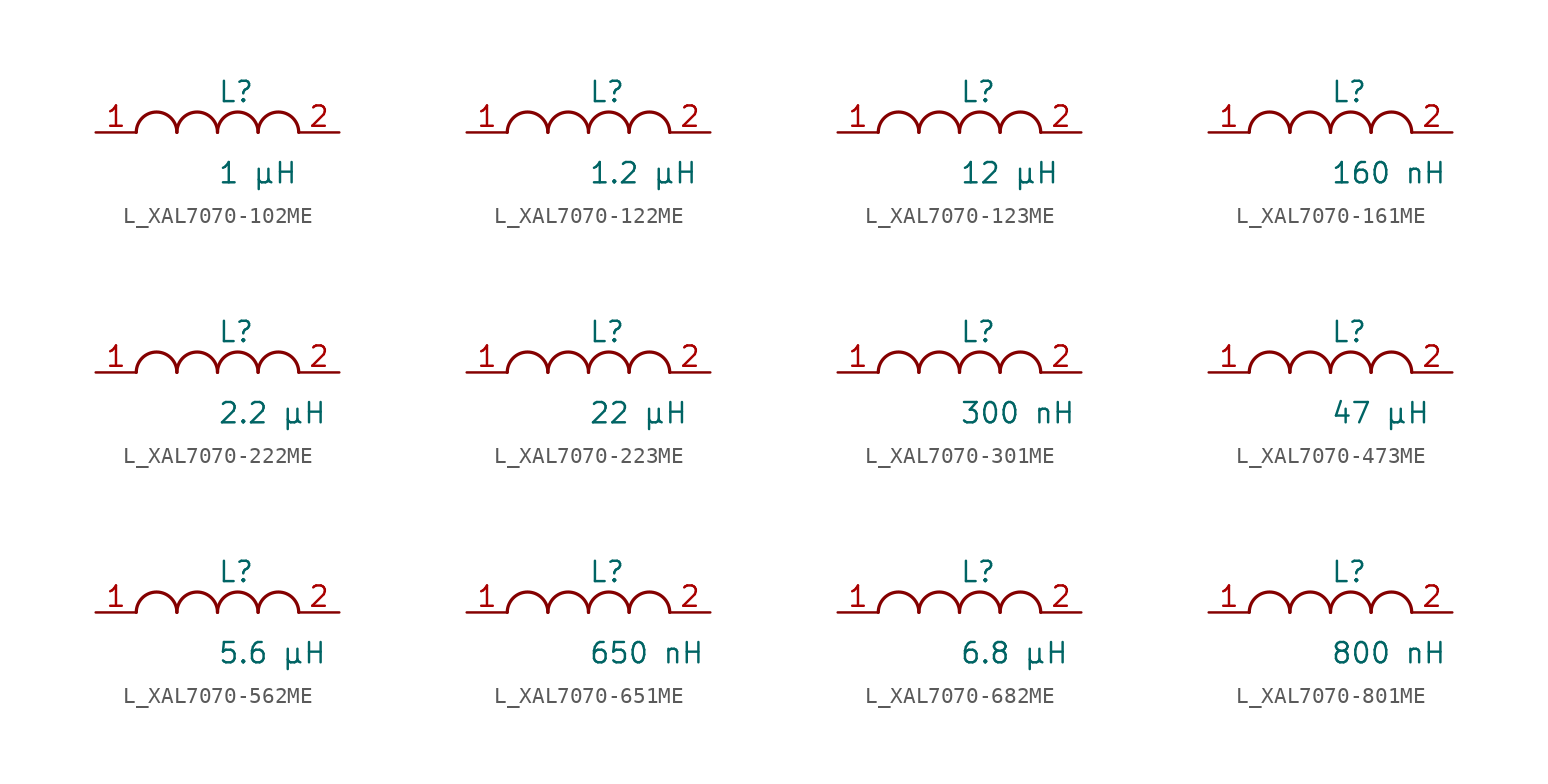
<source format=kicad_sym>
(kicad_symbol_lib
  (version 20231120)
  (generator "kicad_symbol_editor")
  (generator_version "8.0")
  (symbol "L_XAL7070-102ME"
    (pin_names
      (offset 0.254))
    (property "Value" "1 µH"
      (at 0 -2.54 0)
      (effects (font (size 1.27 1.27)) (justify left)))
    (property "Reference" "L"
      (at 0 2.54 0)
      (effects (font (size 1.27 1.27)) (justify left)))
    (symbol "L_XAL7070-102ME_1_1"
      (arc (start -2.54 0.0056) (mid -3.81 1.27) (end -5.08 0.0056) (stroke (width 0.2032) (type default)) (fill (type none)))
      (arc (start 0 0.0056) (mid -1.27 1.27) (end -2.54 0.0056) (stroke (width 0.2032) (type default)) (fill (type none)))
      (arc (start 2.54 0.0056) (mid 1.27 1.27) (end 0 0.0056) (stroke (width 0.2032) (type default)) (fill (type none)))
      (arc (start 5.08 0.0056) (mid 3.81 1.27) (end 2.54 0.0056) (stroke (width 0.2032) (type default)) (fill (type none)))
      (pin unspecified line (at -7.62 0 0) (length 2.54) (name "" (effects (font (size 1.27 1.27)))) (number "1" (effects (font (size 1.27 1.27)))))
      (pin unspecified line (at 7.62 0 180) (length 2.54) (name "" (effects (font (size 1.27 1.27)))) (number "2" (effects (font (size 1.27 1.27)))))))
  (symbol "L_XAL7070-122ME"
    (pin_names
      (offset 0.254))
    (property "Value" "1.2 µH"
      (at 0 -2.54 0)
      (effects (font (size 1.27 1.27)) (justify left)))
    (property "Reference" "L"
      (at 0 2.54 0)
      (effects (font (size 1.27 1.27)) (justify left)))
    (symbol "L_XAL7070-122ME_1_1"
      (arc (start -2.54 0.0056) (mid -3.81 1.27) (end -5.08 0.0056) (stroke (width 0.2032) (type default)) (fill (type none)))
      (arc (start 0 0.0056) (mid -1.27 1.27) (end -2.54 0.0056) (stroke (width 0.2032) (type default)) (fill (type none)))
      (arc (start 2.54 0.0056) (mid 1.27 1.27) (end 0 0.0056) (stroke (width 0.2032) (type default)) (fill (type none)))
      (arc (start 5.08 0.0056) (mid 3.81 1.27) (end 2.54 0.0056) (stroke (width 0.2032) (type default)) (fill (type none)))
      (pin unspecified line (at -7.62 0 0) (length 2.54) (name "" (effects (font (size 1.27 1.27)))) (number "1" (effects (font (size 1.27 1.27)))))
      (pin unspecified line (at 7.62 0 180) (length 2.54) (name "" (effects (font (size 1.27 1.27)))) (number "2" (effects (font (size 1.27 1.27)))))))
  (symbol "L_XAL7070-123ME"
    (pin_names
      (offset 0.254))
    (property "Value" "12 µH"
      (at 0 -2.54 0)
      (effects (font (size 1.27 1.27)) (justify left)))
    (property "Reference" "L"
      (at 0 2.54 0)
      (effects (font (size 1.27 1.27)) (justify left)))
    (symbol "L_XAL7070-123ME_1_1"
      (arc (start -2.54 0.0056) (mid -3.81 1.27) (end -5.08 0.0056) (stroke (width 0.2032) (type default)) (fill (type none)))
      (arc (start 0 0.0056) (mid -1.27 1.27) (end -2.54 0.0056) (stroke (width 0.2032) (type default)) (fill (type none)))
      (arc (start 2.54 0.0056) (mid 1.27 1.27) (end 0 0.0056) (stroke (width 0.2032) (type default)) (fill (type none)))
      (arc (start 5.08 0.0056) (mid 3.81 1.27) (end 2.54 0.0056) (stroke (width 0.2032) (type default)) (fill (type none)))
      (pin unspecified line (at -7.62 0 0) (length 2.54) (name "" (effects (font (size 1.27 1.27)))) (number "1" (effects (font (size 1.27 1.27)))))
      (pin unspecified line (at 7.62 0 180) (length 2.54) (name "" (effects (font (size 1.27 1.27)))) (number "2" (effects (font (size 1.27 1.27)))))))
  (symbol "L_XAL7070-161ME"
    (pin_names
      (offset 0.254))
    (property "Value" "160 nH"
      (at 0 -2.54 0)
      (effects (font (size 1.27 1.27)) (justify left)))
    (property "Reference" "L"
      (at 0 2.54 0)
      (effects (font (size 1.27 1.27)) (justify left)))
    (symbol "L_XAL7070-161ME_1_1"
      (arc (start -2.54 0.0056) (mid -3.81 1.27) (end -5.08 0.0056) (stroke (width 0.2032) (type default)) (fill (type none)))
      (arc (start 0 0.0056) (mid -1.27 1.27) (end -2.54 0.0056) (stroke (width 0.2032) (type default)) (fill (type none)))
      (arc (start 2.54 0.0056) (mid 1.27 1.27) (end 0 0.0056) (stroke (width 0.2032) (type default)) (fill (type none)))
      (arc (start 5.08 0.0056) (mid 3.81 1.27) (end 2.54 0.0056) (stroke (width 0.2032) (type default)) (fill (type none)))
      (pin unspecified line (at -7.62 0 0) (length 2.54) (name "" (effects (font (size 1.27 1.27)))) (number "1" (effects (font (size 1.27 1.27)))))
      (pin unspecified line (at 7.62 0 180) (length 2.54) (name "" (effects (font (size 1.27 1.27)))) (number "2" (effects (font (size 1.27 1.27)))))))
  (symbol "L_XAL7070-222ME"
    (pin_names
      (offset 0.254))
    (property "Value" "2.2 µH"
      (at 0 -2.54 0)
      (effects (font (size 1.27 1.27)) (justify left)))
    (property "Reference" "L"
      (at 0 2.54 0)
      (effects (font (size 1.27 1.27)) (justify left)))
    (symbol "L_XAL7070-222ME_1_1"
      (arc (start -2.54 0.0056) (mid -3.81 1.27) (end -5.08 0.0056) (stroke (width 0.2032) (type default)) (fill (type none)))
      (arc (start 0 0.0056) (mid -1.27 1.27) (end -2.54 0.0056) (stroke (width 0.2032) (type default)) (fill (type none)))
      (arc (start 2.54 0.0056) (mid 1.27 1.27) (end 0 0.0056) (stroke (width 0.2032) (type default)) (fill (type none)))
      (arc (start 5.08 0.0056) (mid 3.81 1.27) (end 2.54 0.0056) (stroke (width 0.2032) (type default)) (fill (type none)))
      (pin unspecified line (at -7.62 0 0) (length 2.54) (name "" (effects (font (size 1.27 1.27)))) (number "1" (effects (font (size 1.27 1.27)))))
      (pin unspecified line (at 7.62 0 180) (length 2.54) (name "" (effects (font (size 1.27 1.27)))) (number "2" (effects (font (size 1.27 1.27)))))))
  (symbol "L_XAL7070-223ME"
    (pin_names
      (offset 0.254))
    (property "Value" "22 µH"
      (at 0 -2.54 0)
      (effects (font (size 1.27 1.27)) (justify left)))
    (property "Reference" "L"
      (at 0 2.54 0)
      (effects (font (size 1.27 1.27)) (justify left)))
    (symbol "L_XAL7070-223ME_1_1"
      (arc (start -2.54 0.0056) (mid -3.81 1.27) (end -5.08 0.0056) (stroke (width 0.2032) (type default)) (fill (type none)))
      (arc (start 0 0.0056) (mid -1.27 1.27) (end -2.54 0.0056) (stroke (width 0.2032) (type default)) (fill (type none)))
      (arc (start 2.54 0.0056) (mid 1.27 1.27) (end 0 0.0056) (stroke (width 0.2032) (type default)) (fill (type none)))
      (arc (start 5.08 0.0056) (mid 3.81 1.27) (end 2.54 0.0056) (stroke (width 0.2032) (type default)) (fill (type none)))
      (pin unspecified line (at -7.62 0 0) (length 2.54) (name "" (effects (font (size 1.27 1.27)))) (number "1" (effects (font (size 1.27 1.27)))))
      (pin unspecified line (at 7.62 0 180) (length 2.54) (name "" (effects (font (size 1.27 1.27)))) (number "2" (effects (font (size 1.27 1.27)))))))
  (symbol "L_XAL7070-301ME"
    (pin_names
      (offset 0.254))
    (property "Value" "300 nH"
      (at 0 -2.54 0)
      (effects (font (size 1.27 1.27)) (justify left)))
    (property "Reference" "L"
      (at 0 2.54 0)
      (effects (font (size 1.27 1.27)) (justify left)))
    (symbol "L_XAL7070-301ME_1_1"
      (arc (start -2.54 0.0056) (mid -3.81 1.27) (end -5.08 0.0056) (stroke (width 0.2032) (type default)) (fill (type none)))
      (arc (start 0 0.0056) (mid -1.27 1.27) (end -2.54 0.0056) (stroke (width 0.2032) (type default)) (fill (type none)))
      (arc (start 2.54 0.0056) (mid 1.27 1.27) (end 0 0.0056) (stroke (width 0.2032) (type default)) (fill (type none)))
      (arc (start 5.08 0.0056) (mid 3.81 1.27) (end 2.54 0.0056) (stroke (width 0.2032) (type default)) (fill (type none)))
      (pin unspecified line (at -7.62 0 0) (length 2.54) (name "" (effects (font (size 1.27 1.27)))) (number "1" (effects (font (size 1.27 1.27)))))
      (pin unspecified line (at 7.62 0 180) (length 2.54) (name "" (effects (font (size 1.27 1.27)))) (number "2" (effects (font (size 1.27 1.27)))))))
  (symbol "L_XAL7070-473ME"
    (pin_names
      (offset 0.254))
    (property "Value" "47 µH"
      (at 0 -2.54 0)
      (effects (font (size 1.27 1.27)) (justify left)))
    (property "Reference" "L"
      (at 0 2.54 0)
      (effects (font (size 1.27 1.27)) (justify left)))
    (symbol "L_XAL7070-473ME_1_1"
      (arc (start -2.54 0.0056) (mid -3.81 1.27) (end -5.08 0.0056) (stroke (width 0.2032) (type default)) (fill (type none)))
      (arc (start 0 0.0056) (mid -1.27 1.27) (end -2.54 0.0056) (stroke (width 0.2032) (type default)) (fill (type none)))
      (arc (start 2.54 0.0056) (mid 1.27 1.27) (end 0 0.0056) (stroke (width 0.2032) (type default)) (fill (type none)))
      (arc (start 5.08 0.0056) (mid 3.81 1.27) (end 2.54 0.0056) (stroke (width 0.2032) (type default)) (fill (type none)))
      (pin unspecified line (at -7.62 0 0) (length 2.54) (name "" (effects (font (size 1.27 1.27)))) (number "1" (effects (font (size 1.27 1.27)))))
      (pin unspecified line (at 7.62 0 180) (length 2.54) (name "" (effects (font (size 1.27 1.27)))) (number "2" (effects (font (size 1.27 1.27)))))))
  (symbol "L_XAL7070-562ME"
    (pin_names
      (offset 0.254))
    (property "Value" "5.6 µH"
      (at 0 -2.54 0)
      (effects (font (size 1.27 1.27)) (justify left)))
    (property "Reference" "L"
      (at 0 2.54 0)
      (effects (font (size 1.27 1.27)) (justify left)))
    (symbol "L_XAL7070-562ME_1_1"
      (arc (start -2.54 0.0056) (mid -3.81 1.27) (end -5.08 0.0056) (stroke (width 0.2032) (type default)) (fill (type none)))
      (arc (start 0 0.0056) (mid -1.27 1.27) (end -2.54 0.0056) (stroke (width 0.2032) (type default)) (fill (type none)))
      (arc (start 2.54 0.0056) (mid 1.27 1.27) (end 0 0.0056) (stroke (width 0.2032) (type default)) (fill (type none)))
      (arc (start 5.08 0.0056) (mid 3.81 1.27) (end 2.54 0.0056) (stroke (width 0.2032) (type default)) (fill (type none)))
      (pin unspecified line (at -7.62 0 0) (length 2.54) (name "" (effects (font (size 1.27 1.27)))) (number "1" (effects (font (size 1.27 1.27)))))
      (pin unspecified line (at 7.62 0 180) (length 2.54) (name "" (effects (font (size 1.27 1.27)))) (number "2" (effects (font (size 1.27 1.27)))))))
  (symbol "L_XAL7070-651ME"
    (pin_names
      (offset 0.254))
    (property "Value" "650 nH"
      (at 0 -2.54 0)
      (effects (font (size 1.27 1.27)) (justify left)))
    (property "Reference" "L"
      (at 0 2.54 0)
      (effects (font (size 1.27 1.27)) (justify left)))
    (symbol "L_XAL7070-651ME_1_1"
      (arc (start -2.54 0.0056) (mid -3.81 1.27) (end -5.08 0.0056) (stroke (width 0.2032) (type default)) (fill (type none)))
      (arc (start 0 0.0056) (mid -1.27 1.27) (end -2.54 0.0056) (stroke (width 0.2032) (type default)) (fill (type none)))
      (arc (start 2.54 0.0056) (mid 1.27 1.27) (end 0 0.0056) (stroke (width 0.2032) (type default)) (fill (type none)))
      (arc (start 5.08 0.0056) (mid 3.81 1.27) (end 2.54 0.0056) (stroke (width 0.2032) (type default)) (fill (type none)))
      (pin unspecified line (at -7.62 0 0) (length 2.54) (name "" (effects (font (size 1.27 1.27)))) (number "1" (effects (font (size 1.27 1.27)))))
      (pin unspecified line (at 7.62 0 180) (length 2.54) (name "" (effects (font (size 1.27 1.27)))) (number "2" (effects (font (size 1.27 1.27)))))))
  (symbol "L_XAL7070-682ME"
    (pin_names
      (offset 0.254))
    (property "Value" "6.8 µH"
      (at 0 -2.54 0)
      (effects (font (size 1.27 1.27)) (justify left)))
    (property "Reference" "L"
      (at 0 2.54 0)
      (effects (font (size 1.27 1.27)) (justify left)))
    (symbol "L_XAL7070-682ME_1_1"
      (arc (start -2.54 0.0056) (mid -3.81 1.27) (end -5.08 0.0056) (stroke (width 0.2032) (type default)) (fill (type none)))
      (arc (start 0 0.0056) (mid -1.27 1.27) (end -2.54 0.0056) (stroke (width 0.2032) (type default)) (fill (type none)))
      (arc (start 2.54 0.0056) (mid 1.27 1.27) (end 0 0.0056) (stroke (width 0.2032) (type default)) (fill (type none)))
      (arc (start 5.08 0.0056) (mid 3.81 1.27) (end 2.54 0.0056) (stroke (width 0.2032) (type default)) (fill (type none)))
      (pin unspecified line (at -7.62 0 0) (length 2.54) (name "" (effects (font (size 1.27 1.27)))) (number "1" (effects (font (size 1.27 1.27)))))
      (pin unspecified line (at 7.62 0 180) (length 2.54) (name "" (effects (font (size 1.27 1.27)))) (number "2" (effects (font (size 1.27 1.27)))))))
  (symbol "L_XAL7070-801ME"
    (pin_names
      (offset 0.254))
    (property "Value" "800 nH"
      (at 0 -2.54 0)
      (effects (font (size 1.27 1.27)) (justify left)))
    (property "Reference" "L"
      (at 0 2.54 0)
      (effects (font (size 1.27 1.27)) (justify left)))
    (symbol "L_XAL7070-801ME_1_1"
      (arc (start -2.54 0.0056) (mid -3.81 1.27) (end -5.08 0.0056) (stroke (width 0.2032) (type default)) (fill (type none)))
      (arc (start 0 0.0056) (mid -1.27 1.27) (end -2.54 0.0056) (stroke (width 0.2032) (type default)) (fill (type none)))
      (arc (start 2.54 0.0056) (mid 1.27 1.27) (end 0 0.0056) (stroke (width 0.2032) (type default)) (fill (type none)))
      (arc (start 5.08 0.0056) (mid 3.81 1.27) (end 2.54 0.0056) (stroke (width 0.2032) (type default)) (fill (type none)))
      (pin unspecified line (at -7.62 0 0) (length 2.54) (name "" (effects (font (size 1.27 1.27)))) (number "1" (effects (font (size 1.27 1.27)))))
      (pin unspecified line (at 7.62 0 180) (length 2.54) (name "" (effects (font (size 1.27 1.27)))) (number "2" (effects (font (size 1.27 1.27))))))))
</source>
